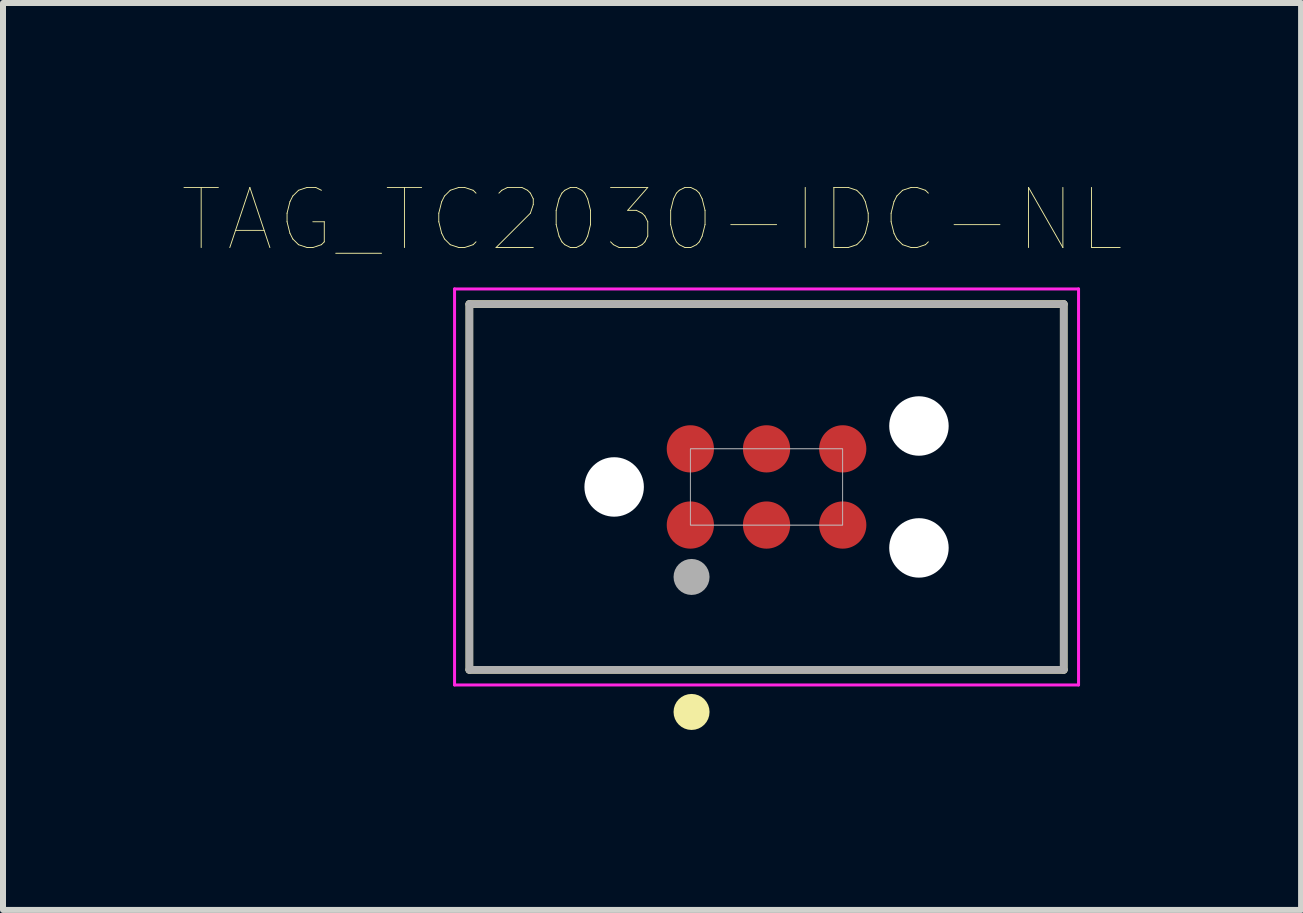
<source format=kicad_pcb>
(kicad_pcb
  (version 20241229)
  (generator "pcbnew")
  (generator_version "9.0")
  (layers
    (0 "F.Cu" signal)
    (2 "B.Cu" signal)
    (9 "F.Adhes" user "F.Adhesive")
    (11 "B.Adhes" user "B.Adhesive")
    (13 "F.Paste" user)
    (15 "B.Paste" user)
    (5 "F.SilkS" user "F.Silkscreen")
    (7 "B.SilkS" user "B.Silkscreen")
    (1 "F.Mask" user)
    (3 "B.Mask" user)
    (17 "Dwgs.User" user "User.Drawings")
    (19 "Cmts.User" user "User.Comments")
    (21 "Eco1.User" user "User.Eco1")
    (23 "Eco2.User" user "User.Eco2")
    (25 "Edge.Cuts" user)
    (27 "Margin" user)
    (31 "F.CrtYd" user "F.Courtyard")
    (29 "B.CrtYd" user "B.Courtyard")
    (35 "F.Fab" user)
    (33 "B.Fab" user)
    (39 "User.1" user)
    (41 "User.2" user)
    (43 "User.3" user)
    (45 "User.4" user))
  (footprint "TAG_TC2030-IDC-NL"
    (layer "F.Cu")
    (at 9.726 5.066)
    (property "Reference" "TAG_TC2030-IDC-NL" (at -1.908 -4.453 0) (layer "F.SilkS") (effects (font (size 1.002 1.002) (thickness 0.015))))
    (attr through_hole)
    (fp_line (start -4.953 -3.048) (end -4.953 3.048) (stroke (width 0.127) (type solid)) (layer "F.SilkS"))
    (fp_line (start -4.953 3.048) (end 4.953 3.048) (stroke (width 0.127) (type solid)) (layer "F.SilkS"))
    (fp_line (start 4.953 -3.048) (end -4.953 -3.048) (stroke (width 0.127) (type solid)) (layer "F.SilkS"))
    (fp_line (start 4.953 3.048) (end 4.953 -3.048) (stroke (width 0.127) (type solid)) (layer "F.SilkS"))
    (fp_circle (center -1.25 3.75) (end -1.1 3.75) (stroke (width 0.3) (type solid)) (fill no) (layer "F.SilkS"))
    (fp_poly (pts (xy -1.272 -0.635) (xy 1.27 -0.635) (xy 1.27 0.636) (xy -1.272 0.636)) (stroke (width 0.01) (type solid)) (fill no) (layer "Dwgs.User"))
    (fp_poly (pts (xy -1.271 -0.635) (xy 1.27 -0.635) (xy 1.27 0.636) (xy -1.271 0.636)) (stroke (width 0.01) (type solid)) (fill no) (layer "Dwgs.User"))
    (fp_line (start -5.2 -3.3) (end 5.2 -3.3) (stroke (width 0.05) (type solid)) (layer "F.CrtYd"))
    (fp_line (start -5.2 3.3) (end -5.2 -3.3) (stroke (width 0.05) (type solid)) (layer "F.CrtYd"))
    (fp_line (start 5.2 -3.3) (end 5.2 3.3) (stroke (width 0.05) (type solid)) (layer "F.CrtYd"))
    (fp_line (start 5.2 3.3) (end -5.2 3.3) (stroke (width 0.05) (type solid)) (layer "F.CrtYd"))
    (fp_line (start -4.953 -3.048) (end 4.953 -3.048) (stroke (width 0.127) (type solid)) (layer "F.Fab"))
    (fp_line (start -4.953 3.048) (end -4.953 -3.048) (stroke (width 0.127) (type solid)) (layer "F.Fab"))
    (fp_line (start 4.953 -3.048) (end 4.953 3.048) (stroke (width 0.127) (type solid)) (layer "F.Fab"))
    (fp_line (start 4.953 3.048) (end -4.953 3.048) (stroke (width 0.127) (type solid)) (layer "F.Fab"))
    (fp_circle (center -1.25 1.5) (end -1.1 1.5) (stroke (width 0.3) (type solid)) (fill no) (layer "F.Fab"))
    (pad "" np_thru_hole circle (at -2.54 0) (size 0.991 0.991) (drill 0.991) (layers "*.Cu" "*.Mask"))
    (pad "" np_thru_hole circle (at 2.54 -1.016) (size 0.991 0.991) (drill 0.991) (layers "*.Cu" "*.Mask"))
    (pad "" np_thru_hole circle (at 2.54 1.016) (size 0.991 0.991) (drill 0.991) (layers "*.Cu" "*.Mask"))
    (pad "1" smd circle (at -1.27 0.635) (size 0.787 0.787) (layers "F.Cu" "F.Mask"))
    (pad "2" smd circle (at -1.27 -0.635) (size 0.787 0.787) (layers "F.Cu" "F.Mask"))
    (pad "3" smd circle (at 0 0.635) (size 0.787 0.787) (layers "F.Cu" "F.Mask"))
    (pad "4" smd circle (at 0 -0.635) (size 0.787 0.787) (layers "F.Cu" "F.Mask"))
    (pad "5" smd circle (at 1.27 0.635) (size 0.787 0.787) (layers "F.Cu" "F.Mask"))
    (pad "6" smd circle (at 1.27 -0.635) (size 0.787 0.787) (layers "F.Cu" "F.Mask")))
  (gr_rect
    (start -3 -3)
    (end 18.635 12.116)
    (stroke (width 0.1) (type default))
    (fill no)
    (layer "Edge.Cuts")))
</source>
